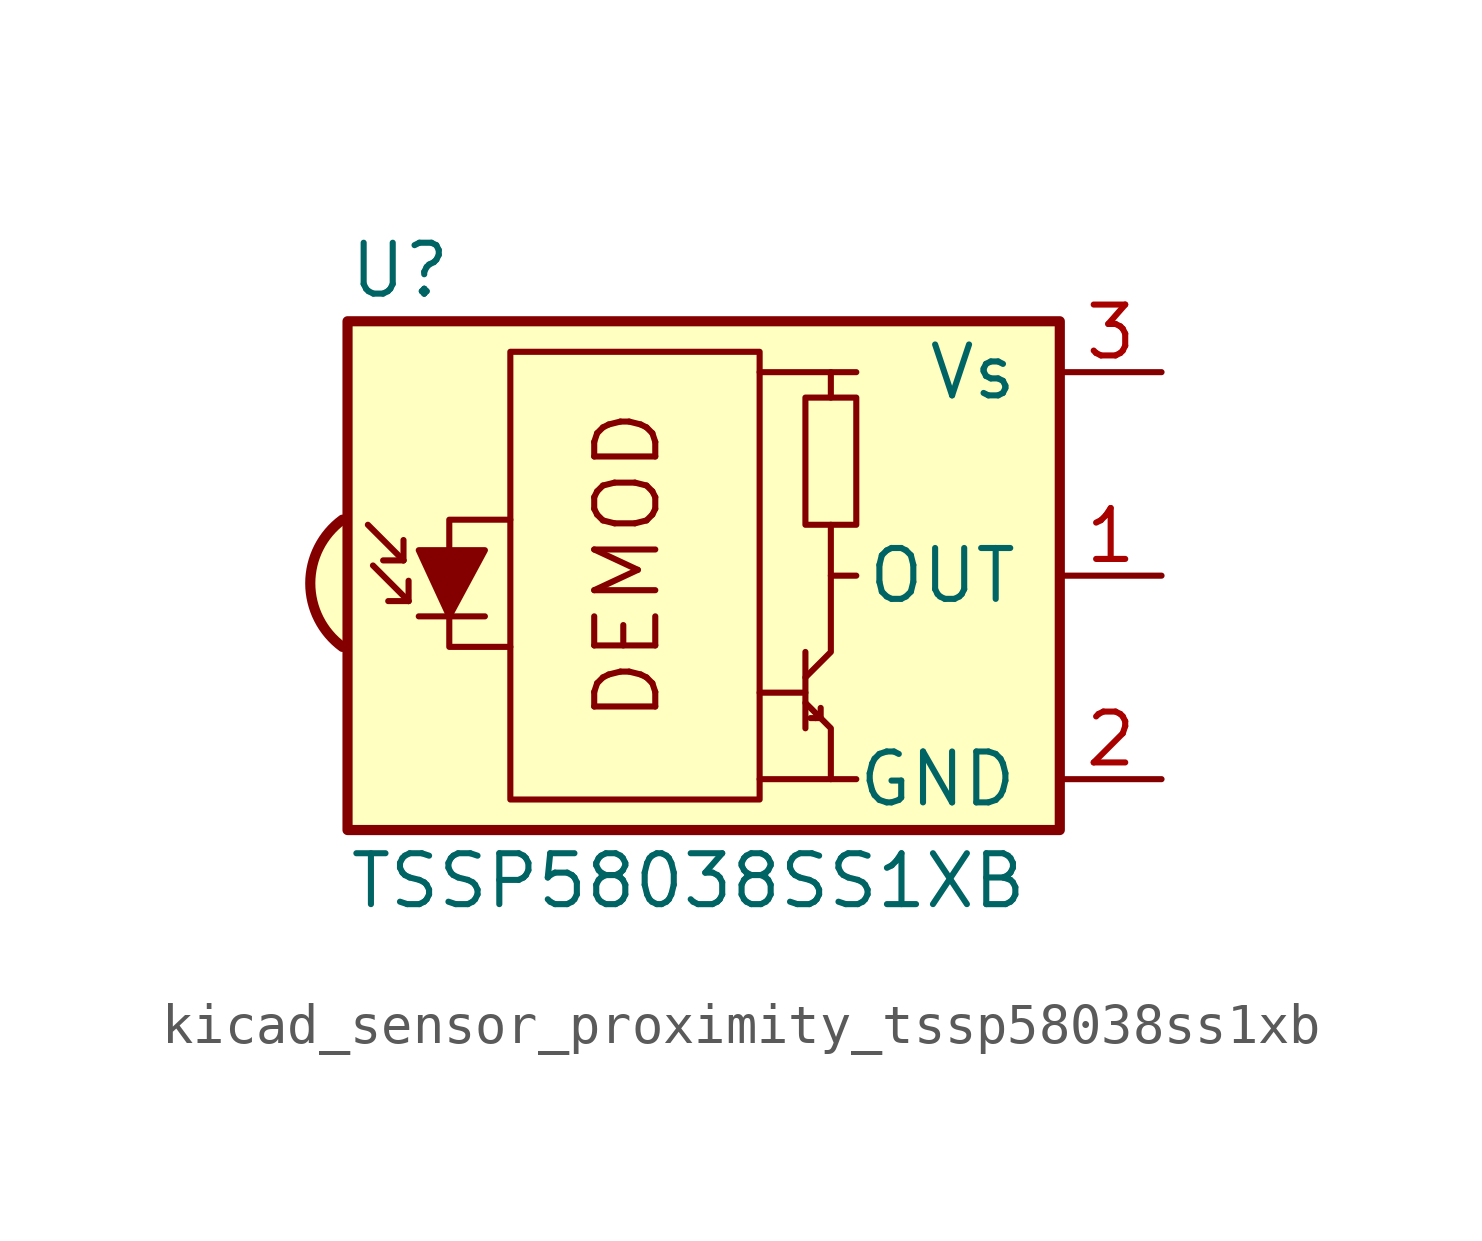
<source format=kicad_sym>
(kicad_symbol_lib
  (version 20220914)
  (generator kicad_symbol_editor)
  (symbol "kicad_sensor_proximity_tssp58038ss1xb"
    (pin_names
      (offset 1.016))
    (property "Reference" "U"
      (at -10.16 7.62 0)
      (effects (font (size 1.27 1.27)) (justify left)))
    (property "Value" "TSSP58038SS1XB"
      (at -10.16 -7.62 0)
      (effects (font (size 1.27 1.27)) (justify left)))
    (symbol "kicad_sensor_proximity_tssp58038ss1xb_0_0"
      (arc (start -10.287 1.397) (mid -11.0899 -0.1852) (end -10.287 -1.778) (stroke (width 0.254) (type default)) (fill (type background)))
      (polyline (pts (xy 1.905 -5.08) (xy 0.127 -5.08)) (stroke (width 0) (type default)) (fill (type none)))
      (polyline (pts (xy 1.905 5.08) (xy 0.127 5.08)) (stroke (width 0) (type default)) (fill (type none)))
      (text "DEMOD" (at -3.175 0.254 900) (effects (font (size 1.524 1.524)))))
    (symbol "kicad_sensor_proximity_tssp58038ss1xb_0_1"
      (rectangle (start -6.096 5.588) (end 0.127 -5.588) (stroke (width 0) (type default)) (fill (type none)))
      (polyline (pts (xy -8.763 0.381) (xy -9.652 1.27)) (stroke (width 0) (type default)) (fill (type none)))
      (polyline (pts (xy -8.763 0.381) (xy -9.271 0.381)) (stroke (width 0) (type default)) (fill (type none)))
      (polyline (pts (xy -8.763 0.381) (xy -8.763 0.889)) (stroke (width 0) (type default)) (fill (type none)))
      (polyline (pts (xy -8.636 -0.635) (xy -9.525 0.254)) (stroke (width 0) (type default)) (fill (type none)))
      (polyline (pts (xy -8.636 -0.635) (xy -9.144 -0.635)) (stroke (width 0) (type default)) (fill (type none)))
      (polyline (pts (xy -8.636 -0.635) (xy -8.636 -0.127)) (stroke (width 0) (type default)) (fill (type none)))
      (polyline (pts (xy -8.382 -1.016) (xy -6.731 -1.016)) (stroke (width 0) (type default)) (fill (type none)))
      (polyline (pts (xy 1.27 -2.921) (xy 0.127 -2.921)) (stroke (width 0) (type default)) (fill (type none)))
      (polyline (pts (xy 1.27 -1.905) (xy 1.27 -3.81)) (stroke (width 0) (type default)) (fill (type none)))
      (polyline (pts (xy 1.397 -3.556) (xy 1.524 -3.556)) (stroke (width 0) (type default)) (fill (type none)))
      (polyline (pts (xy 1.651 -3.556) (xy 1.524 -3.556)) (stroke (width 0) (type default)) (fill (type none)))
      (polyline (pts (xy 1.651 -3.556) (xy 1.651 -3.302)) (stroke (width 0) (type default)) (fill (type none)))
      (polyline (pts (xy 1.905 0) (xy 1.905 1.27)) (stroke (width 0) (type default)) (fill (type none)))
      (polyline (pts (xy 1.905 4.445) (xy 1.905 5.08) (xy 2.54 5.08)) (stroke (width 0) (type default)) (fill (type none)))
      (polyline (pts (xy -8.382 0.635) (xy -6.731 0.635) (xy -7.62 -1.016) (xy -8.382 0.635)) (stroke (width 0) (type default)) (fill (type outline)))
      (polyline (pts (xy -6.096 1.397) (xy -7.62 1.397) (xy -7.62 -1.778) (xy -6.096 -1.778)) (stroke (width 0) (type default)) (fill (type none)))
      (polyline (pts (xy 1.27 -3.175) (xy 1.905 -3.81) (xy 1.905 -5.08) (xy 2.54 -5.08)) (stroke (width 0) (type default)) (fill (type none)))
      (polyline (pts (xy 1.27 -2.54) (xy 1.905 -1.905) (xy 1.905 0) (xy 2.54 0)) (stroke (width 0) (type default)) (fill (type none)))
      (rectangle (start 2.54 1.27) (end 1.27 4.445) (stroke (width 0) (type default)) (fill (type none)))
      (rectangle (start 7.62 6.35) (end -10.16 -6.35) (stroke (width 0.254) (type default)) (fill (type background))))
    (symbol "kicad_sensor_proximity_tssp58038ss1xb_1_1"
      (pin output line (at 10.16 0 180) (length 2.54) (name "OUT" (effects (font (size 1.27 1.27)))) (number "1" (effects (font (size 1.27 1.27)))))
      (pin power_in line (at 10.16 -5.08 180) (length 2.54) (name "GND" (effects (font (size 1.27 1.27)))) (number "2" (effects (font (size 1.27 1.27)))))
      (pin power_in line (at 10.16 5.08 180) (length 2.54) (name "Vs" (effects (font (size 1.27 1.27)))) (number "3" (effects (font (size 1.27 1.27))))))))
</source>
